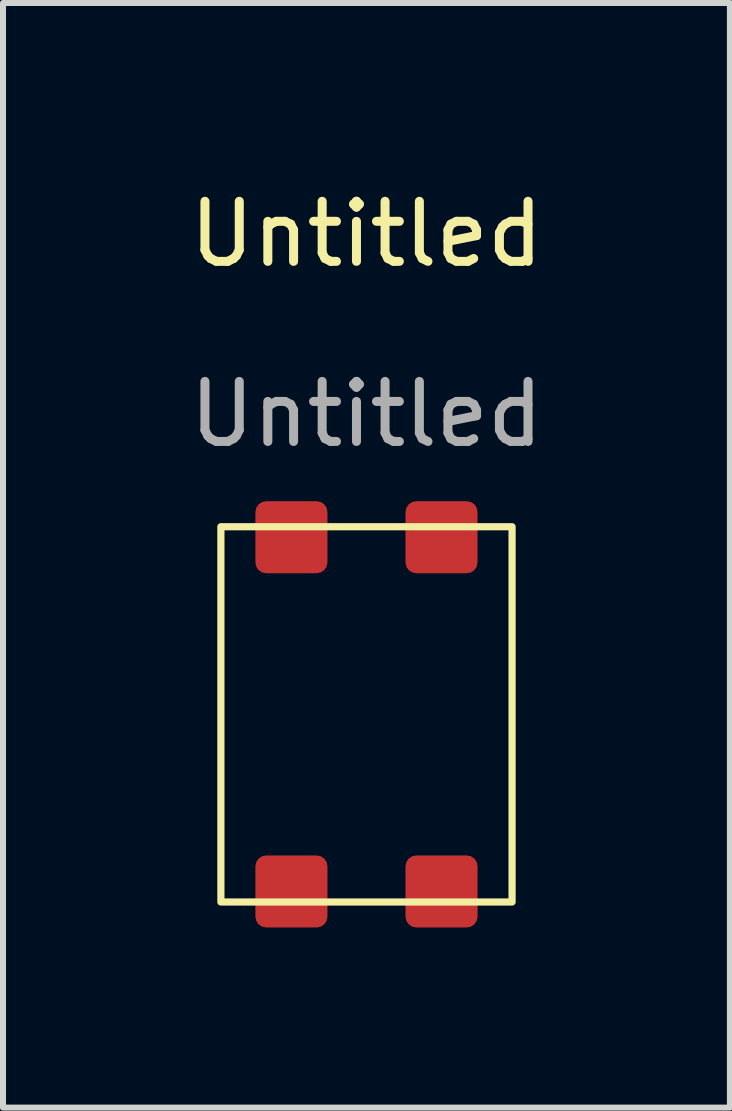
<source format=kicad_pcb>
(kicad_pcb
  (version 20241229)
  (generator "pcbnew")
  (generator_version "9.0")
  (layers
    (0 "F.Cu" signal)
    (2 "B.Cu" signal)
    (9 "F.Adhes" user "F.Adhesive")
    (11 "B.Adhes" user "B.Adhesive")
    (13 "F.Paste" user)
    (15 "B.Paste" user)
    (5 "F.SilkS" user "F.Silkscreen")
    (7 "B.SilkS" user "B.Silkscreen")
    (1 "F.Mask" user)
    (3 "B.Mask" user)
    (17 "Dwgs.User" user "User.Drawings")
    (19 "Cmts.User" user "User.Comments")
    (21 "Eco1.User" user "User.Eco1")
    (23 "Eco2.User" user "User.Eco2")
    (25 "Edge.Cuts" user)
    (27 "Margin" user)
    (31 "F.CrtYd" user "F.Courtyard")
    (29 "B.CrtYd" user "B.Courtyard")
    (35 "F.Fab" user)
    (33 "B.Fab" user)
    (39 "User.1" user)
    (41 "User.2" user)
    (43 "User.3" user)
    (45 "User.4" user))
  (footprint "Untitled"
    (layer "F.Cu")
    (at 3.054 8.848)
    (property "Reference" "Untitled" (at 0 -8 0) (unlocked yes) (layer "F.SilkS") (effects (font (size 1 1) (thickness 0.15))))
    (attr smd)
    (fp_rect (start -2.425 -3.125) (end 2.425 3.125) (stroke (width 0.12) (type default)) (fill no) (layer "F.SilkS"))
    (fp_text user "${REFERENCE}" (at 0 -5 0) (unlocked yes) (layer "F.Fab") (effects (font (size 1 1) (thickness 0.15))))
    (pad "1" smd roundrect (at 1.25 -2.95) (size 1.2 1.2) (layers "F.Cu" "F.Mask" "F.Paste") (roundrect_rratio 0.15))
    (pad "2" smd roundrect (at -1.25 -2.95) (size 1.2 1.2) (layers "F.Cu" "F.Mask" "F.Paste") (roundrect_rratio 0.15))
    (pad "3" smd roundrect (at -1.25 2.95) (size 1.2 1.2) (layers "F.Cu" "F.Mask" "F.Paste") (roundrect_rratio 0.15))
    (pad "4" smd roundrect (at 1.25 2.95) (size 1.2 1.2) (layers "F.Cu" "F.Mask" "F.Paste") (roundrect_rratio 0.15)))
  (gr_rect
    (start -3 -3)
    (end 9.107 15.398)
    (stroke (width 0.1) (type default))
    (fill no)
    (layer "Edge.Cuts")))
</source>
